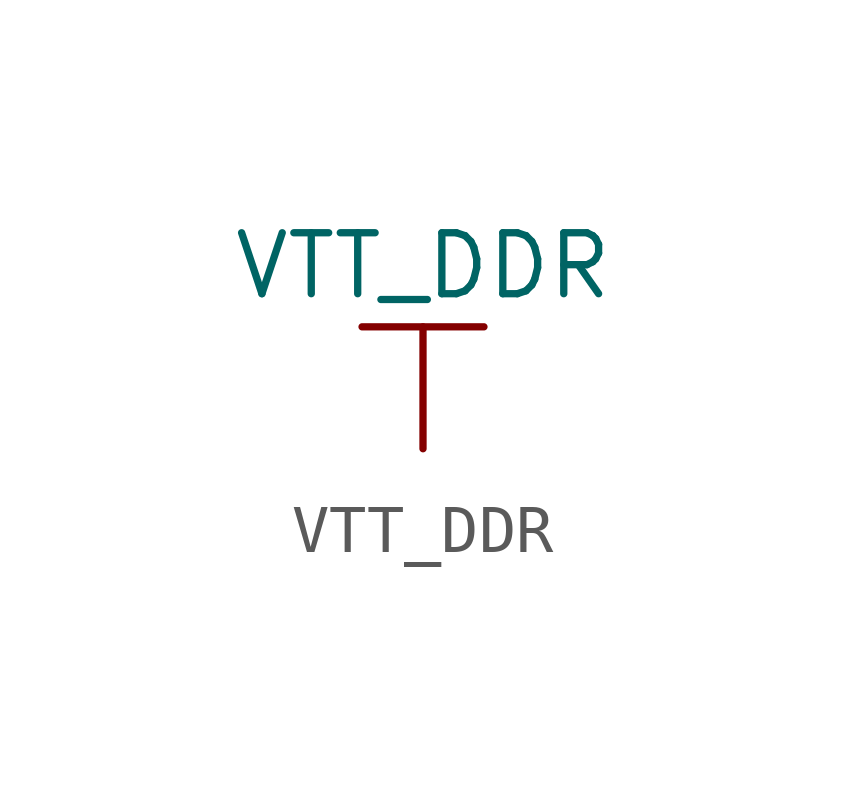
<source format=kicad_sym>
(kicad_symbol_lib
  (version 20211014)
  (generator kicad_symbol_editor)
  (symbol "VTT_DDR"
    (power)
    (pin_names
      (offset 0))
    (property "Reference" "#PWR"
      (at 0 -3.81 0)
      (effects (font (size 1.27 1.27)) hide))
    (property "Value" "VTT_DDR"
      (at 0 3.81 0)
      (effects (font (size 1.27 1.27))))
    (symbol "VTT_DDR_0_1"
      (polyline (pts (xy -1.27 2.54) (xy 1.27 2.54)) (stroke (width 0.152) (type default) (color 0 0 0 0)) (fill (type none)))
      (polyline (pts (xy 0 0) (xy 0 2.54)) (stroke (width 0.152) (type default) (color 0 0 0 0)) (fill (type none))))
    (symbol "VTT_DDR_1_1"
      (pin power_in line (at 0 0 90) (length 0) hide (name "VTT_DDR" (effects (font (size 1.27 1.27)))) (number "1" (effects (font (size 1.27 1.27))))))))
</source>
